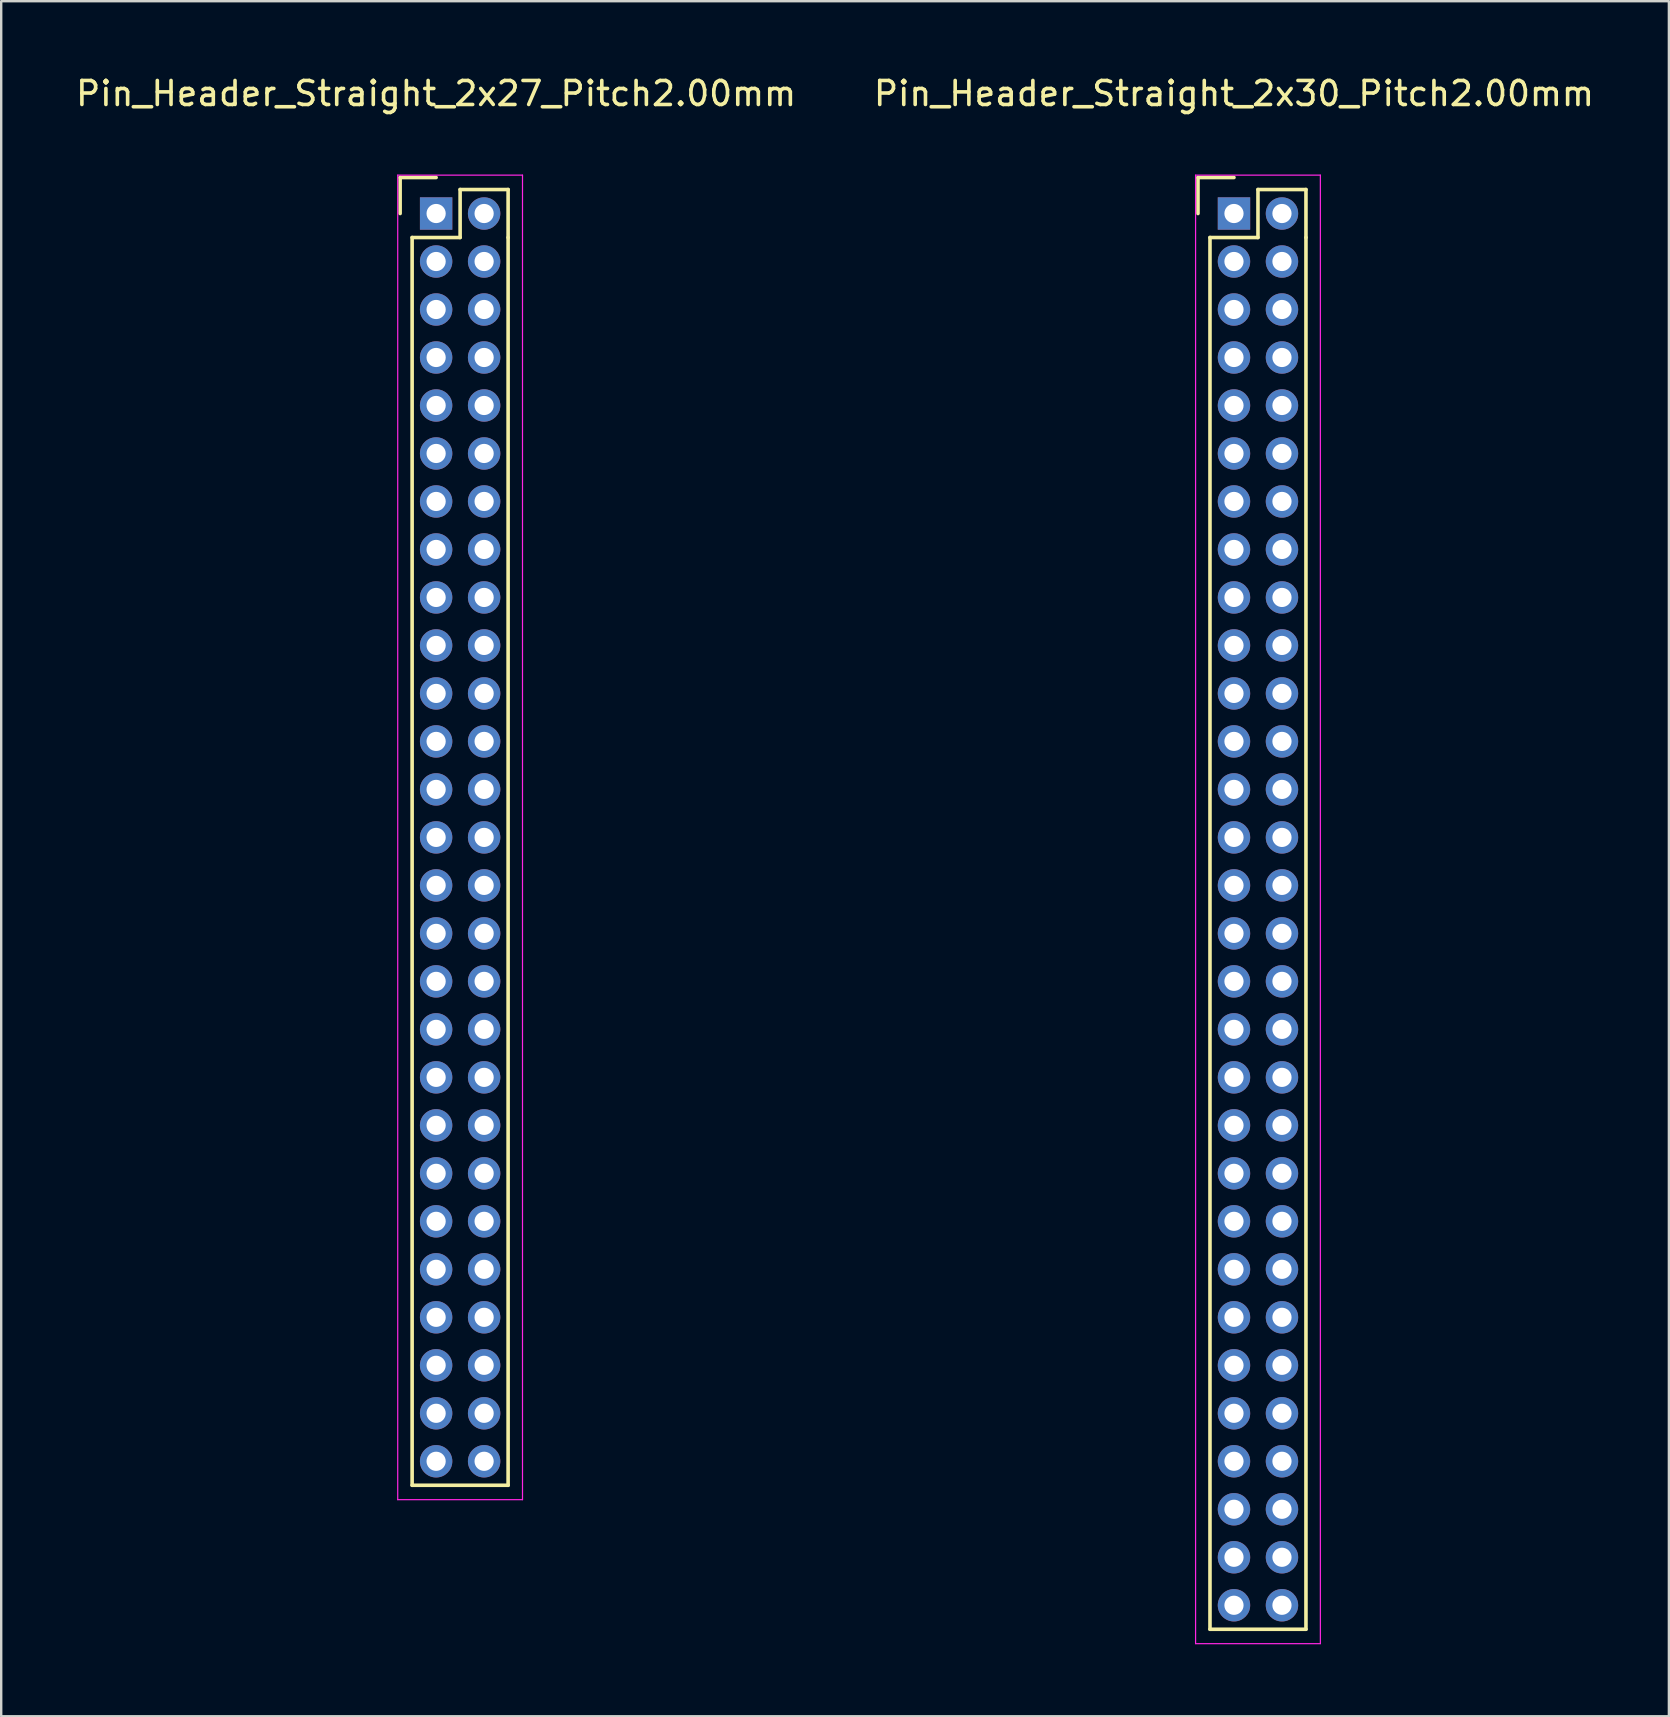
<source format=kicad_pcb>
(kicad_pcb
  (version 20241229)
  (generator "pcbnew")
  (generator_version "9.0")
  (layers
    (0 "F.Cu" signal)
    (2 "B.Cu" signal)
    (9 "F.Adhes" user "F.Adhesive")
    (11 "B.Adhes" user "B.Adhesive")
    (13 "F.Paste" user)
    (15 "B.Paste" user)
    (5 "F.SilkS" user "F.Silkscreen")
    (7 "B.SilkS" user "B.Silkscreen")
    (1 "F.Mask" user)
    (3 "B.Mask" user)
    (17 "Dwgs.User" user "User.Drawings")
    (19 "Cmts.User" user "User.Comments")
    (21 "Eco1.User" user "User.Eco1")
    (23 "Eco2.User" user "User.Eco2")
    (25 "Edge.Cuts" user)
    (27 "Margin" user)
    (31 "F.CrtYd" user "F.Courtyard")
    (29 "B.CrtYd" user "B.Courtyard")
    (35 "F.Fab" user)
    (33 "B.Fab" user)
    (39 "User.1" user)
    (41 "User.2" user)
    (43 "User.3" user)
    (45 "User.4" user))
  (footprint "Pin_Header_Straight_2x30_Pitch2.00mm"
    (layer "F.Cu")
    (at 48.375 5.848)
    (property "Reference" "Pin_Header_Straight_2x30_Pitch2.00mm" (at 0 -5 0) (layer "F.SilkS") (effects (font (size 1 1) (thickness 0.15))))
    (attr through_hole)
    (fp_line (start -1.5 -1.5) (end 0 -1.5) (stroke (width 0.15) (type solid)) (layer "F.SilkS"))
    (fp_line (start -1.5 0) (end -1.5 -1.5) (stroke (width 0.15) (type solid)) (layer "F.SilkS"))
    (fp_line (start -1 1) (end 1 1) (stroke (width 0.15) (type solid)) (layer "F.SilkS"))
    (fp_line (start -1 59) (end -1 1) (stroke (width 0.15) (type solid)) (layer "F.SilkS"))
    (fp_line (start 1 -1) (end 3 -1) (stroke (width 0.15) (type solid)) (layer "F.SilkS"))
    (fp_line (start 1 1) (end 1 -1) (stroke (width 0.15) (type solid)) (layer "F.SilkS"))
    (fp_line (start 3 -1) (end 3 1) (stroke (width 0.15) (type solid)) (layer "F.SilkS"))
    (fp_line (start 3 1) (end 3 59) (stroke (width 0.15) (type solid)) (layer "F.SilkS"))
    (fp_line (start 3 59) (end -1 59) (stroke (width 0.15) (type solid)) (layer "F.SilkS"))
    (fp_line (start -1.6 -1.6) (end 3.6 -1.6) (stroke (width 0.05) (type solid)) (layer "F.CrtYd"))
    (fp_line (start -1.6 59.6) (end -1.6 -1.6) (stroke (width 0.05) (type solid)) (layer "F.CrtYd"))
    (fp_line (start 3.6 -1.6) (end 3.6 59.6) (stroke (width 0.05) (type solid)) (layer "F.CrtYd"))
    (fp_line (start 3.6 59.6) (end -1.6 59.6) (stroke (width 0.05) (type solid)) (layer "F.CrtYd"))
    (pad "1" thru_hole rect (at 0 0) (size 1.35 1.35) (drill 0.8) (layers "*.Cu" "*.Mask"))
    (pad "2" thru_hole circle (at 2 0) (size 1.35 1.35) (drill 0.8) (layers "*.Cu" "*.Mask"))
    (pad "3" thru_hole circle (at 0 2) (size 1.35 1.35) (drill 0.8) (layers "*.Cu" "*.Mask"))
    (pad "4" thru_hole circle (at 2 2) (size 1.35 1.35) (drill 0.8) (layers "*.Cu" "*.Mask"))
    (pad "5" thru_hole circle (at 0 4) (size 1.35 1.35) (drill 0.8) (layers "*.Cu" "*.Mask"))
    (pad "6" thru_hole circle (at 2 4) (size 1.35 1.35) (drill 0.8) (layers "*.Cu" "*.Mask"))
    (pad "7" thru_hole circle (at 0 6) (size 1.35 1.35) (drill 0.8) (layers "*.Cu" "*.Mask"))
    (pad "8" thru_hole circle (at 2 6) (size 1.35 1.35) (drill 0.8) (layers "*.Cu" "*.Mask"))
    (pad "9" thru_hole circle (at 0 8) (size 1.35 1.35) (drill 0.8) (layers "*.Cu" "*.Mask"))
    (pad "10" thru_hole circle (at 2 8) (size 1.35 1.35) (drill 0.8) (layers "*.Cu" "*.Mask"))
    (pad "11" thru_hole circle (at 0 10) (size 1.35 1.35) (drill 0.8) (layers "*.Cu" "*.Mask"))
    (pad "12" thru_hole circle (at 2 10) (size 1.35 1.35) (drill 0.8) (layers "*.Cu" "*.Mask"))
    (pad "13" thru_hole circle (at 0 12) (size 1.35 1.35) (drill 0.8) (layers "*.Cu" "*.Mask"))
    (pad "14" thru_hole circle (at 2 12) (size 1.35 1.35) (drill 0.8) (layers "*.Cu" "*.Mask"))
    (pad "15" thru_hole circle (at 0 14) (size 1.35 1.35) (drill 0.8) (layers "*.Cu" "*.Mask"))
    (pad "16" thru_hole circle (at 2 14) (size 1.35 1.35) (drill 0.8) (layers "*.Cu" "*.Mask"))
    (pad "17" thru_hole circle (at 0 16) (size 1.35 1.35) (drill 0.8) (layers "*.Cu" "*.Mask"))
    (pad "18" thru_hole circle (at 2 16) (size 1.35 1.35) (drill 0.8) (layers "*.Cu" "*.Mask"))
    (pad "19" thru_hole circle (at 0 18) (size 1.35 1.35) (drill 0.8) (layers "*.Cu" "*.Mask"))
    (pad "20" thru_hole circle (at 2 18) (size 1.35 1.35) (drill 0.8) (layers "*.Cu" "*.Mask"))
    (pad "21" thru_hole circle (at 0 20) (size 1.35 1.35) (drill 0.8) (layers "*.Cu" "*.Mask"))
    (pad "22" thru_hole circle (at 2 20) (size 1.35 1.35) (drill 0.8) (layers "*.Cu" "*.Mask"))
    (pad "23" thru_hole circle (at 0 22) (size 1.35 1.35) (drill 0.8) (layers "*.Cu" "*.Mask"))
    (pad "24" thru_hole circle (at 2 22) (size 1.35 1.35) (drill 0.8) (layers "*.Cu" "*.Mask"))
    (pad "25" thru_hole circle (at 0 24) (size 1.35 1.35) (drill 0.8) (layers "*.Cu" "*.Mask"))
    (pad "26" thru_hole circle (at 2 24) (size 1.35 1.35) (drill 0.8) (layers "*.Cu" "*.Mask"))
    (pad "27" thru_hole circle (at 0 26) (size 1.35 1.35) (drill 0.8) (layers "*.Cu" "*.Mask"))
    (pad "28" thru_hole circle (at 2 26) (size 1.35 1.35) (drill 0.8) (layers "*.Cu" "*.Mask"))
    (pad "29" thru_hole circle (at 0 28) (size 1.35 1.35) (drill 0.8) (layers "*.Cu" "*.Mask"))
    (pad "30" thru_hole circle (at 2 28) (size 1.35 1.35) (drill 0.8) (layers "*.Cu" "*.Mask"))
    (pad "31" thru_hole circle (at 0 30) (size 1.35 1.35) (drill 0.8) (layers "*.Cu" "*.Mask"))
    (pad "32" thru_hole circle (at 2 30) (size 1.35 1.35) (drill 0.8) (layers "*.Cu" "*.Mask"))
    (pad "33" thru_hole circle (at 0 32) (size 1.35 1.35) (drill 0.8) (layers "*.Cu" "*.Mask"))
    (pad "34" thru_hole circle (at 2 32) (size 1.35 1.35) (drill 0.8) (layers "*.Cu" "*.Mask"))
    (pad "35" thru_hole circle (at 0 34) (size 1.35 1.35) (drill 0.8) (layers "*.Cu" "*.Mask"))
    (pad "36" thru_hole circle (at 2 34) (size 1.35 1.35) (drill 0.8) (layers "*.Cu" "*.Mask"))
    (pad "37" thru_hole circle (at 0 36) (size 1.35 1.35) (drill 0.8) (layers "*.Cu" "*.Mask"))
    (pad "38" thru_hole circle (at 2 36) (size 1.35 1.35) (drill 0.8) (layers "*.Cu" "*.Mask"))
    (pad "39" thru_hole circle (at 0 38) (size 1.35 1.35) (drill 0.8) (layers "*.Cu" "*.Mask"))
    (pad "40" thru_hole circle (at 2 38) (size 1.35 1.35) (drill 0.8) (layers "*.Cu" "*.Mask"))
    (pad "41" thru_hole circle (at 0 40) (size 1.35 1.35) (drill 0.8) (layers "*.Cu" "*.Mask"))
    (pad "42" thru_hole circle (at 2 40) (size 1.35 1.35) (drill 0.8) (layers "*.Cu" "*.Mask"))
    (pad "43" thru_hole circle (at 0 42) (size 1.35 1.35) (drill 0.8) (layers "*.Cu" "*.Mask"))
    (pad "44" thru_hole circle (at 2 42) (size 1.35 1.35) (drill 0.8) (layers "*.Cu" "*.Mask"))
    (pad "45" thru_hole circle (at 0 44) (size 1.35 1.35) (drill 0.8) (layers "*.Cu" "*.Mask"))
    (pad "46" thru_hole circle (at 2 44) (size 1.35 1.35) (drill 0.8) (layers "*.Cu" "*.Mask"))
    (pad "47" thru_hole circle (at 0 46) (size 1.35 1.35) (drill 0.8) (layers "*.Cu" "*.Mask"))
    (pad "48" thru_hole circle (at 2 46) (size 1.35 1.35) (drill 0.8) (layers "*.Cu" "*.Mask"))
    (pad "49" thru_hole circle (at 0 48) (size 1.35 1.35) (drill 0.8) (layers "*.Cu" "*.Mask"))
    (pad "50" thru_hole circle (at 2 48) (size 1.35 1.35) (drill 0.8) (layers "*.Cu" "*.Mask"))
    (pad "51" thru_hole circle (at 0 50) (size 1.35 1.35) (drill 0.8) (layers "*.Cu" "*.Mask"))
    (pad "52" thru_hole circle (at 2 50) (size 1.35 1.35) (drill 0.8) (layers "*.Cu" "*.Mask"))
    (pad "53" thru_hole circle (at 0 52) (size 1.35 1.35) (drill 0.8) (layers "*.Cu" "*.Mask"))
    (pad "54" thru_hole circle (at 2 52) (size 1.35 1.35) (drill 0.8) (layers "*.Cu" "*.Mask"))
    (pad "55" thru_hole circle (at 0 54) (size 1.35 1.35) (drill 0.8) (layers "*.Cu" "*.Mask"))
    (pad "56" thru_hole circle (at 2 54) (size 1.35 1.35) (drill 0.8) (layers "*.Cu" "*.Mask"))
    (pad "57" thru_hole circle (at 0 56) (size 1.35 1.35) (drill 0.8) (layers "*.Cu" "*.Mask"))
    (pad "58" thru_hole circle (at 2 56) (size 1.35 1.35) (drill 0.8) (layers "*.Cu" "*.Mask"))
    (pad "59" thru_hole circle (at 0 58) (size 1.35 1.35) (drill 0.8) (layers "*.Cu" "*.Mask"))
    (pad "60" thru_hole circle (at 2 58) (size 1.35 1.35) (drill 0.8) (layers "*.Cu" "*.Mask")))
  (footprint "Pin_Header_Straight_2x27_Pitch2.00mm"
    (layer "F.Cu")
    (at 15.125 5.848)
    (property "Reference" "Pin_Header_Straight_2x27_Pitch2.00mm" (at 0 -5 0) (layer "F.SilkS") (effects (font (size 1 1) (thickness 0.15))))
    (attr through_hole)
    (fp_line (start -1.5 -1.5) (end 0 -1.5) (stroke (width 0.15) (type solid)) (layer "F.SilkS"))
    (fp_line (start -1.5 0) (end -1.5 -1.5) (stroke (width 0.15) (type solid)) (layer "F.SilkS"))
    (fp_line (start -1 1) (end 1 1) (stroke (width 0.15) (type solid)) (layer "F.SilkS"))
    (fp_line (start -1 53) (end -1 1) (stroke (width 0.15) (type solid)) (layer "F.SilkS"))
    (fp_line (start 1 -1) (end 3 -1) (stroke (width 0.15) (type solid)) (layer "F.SilkS"))
    (fp_line (start 1 1) (end 1 -1) (stroke (width 0.15) (type solid)) (layer "F.SilkS"))
    (fp_line (start 3 -1) (end 3 1) (stroke (width 0.15) (type solid)) (layer "F.SilkS"))
    (fp_line (start 3 1) (end 3 53) (stroke (width 0.15) (type solid)) (layer "F.SilkS"))
    (fp_line (start 3 53) (end -1 53) (stroke (width 0.15) (type solid)) (layer "F.SilkS"))
    (fp_line (start -1.6 -1.6) (end 3.6 -1.6) (stroke (width 0.05) (type solid)) (layer "F.CrtYd"))
    (fp_line (start -1.6 53.6) (end -1.6 -1.6) (stroke (width 0.05) (type solid)) (layer "F.CrtYd"))
    (fp_line (start 3.6 -1.6) (end 3.6 53.6) (stroke (width 0.05) (type solid)) (layer "F.CrtYd"))
    (fp_line (start 3.6 53.6) (end -1.6 53.6) (stroke (width 0.05) (type solid)) (layer "F.CrtYd"))
    (pad "1" thru_hole rect (at 0 0) (size 1.35 1.35) (drill 0.8) (layers "*.Cu" "*.Mask"))
    (pad "2" thru_hole circle (at 2 0) (size 1.35 1.35) (drill 0.8) (layers "*.Cu" "*.Mask"))
    (pad "3" thru_hole circle (at 0 2) (size 1.35 1.35) (drill 0.8) (layers "*.Cu" "*.Mask"))
    (pad "4" thru_hole circle (at 2 2) (size 1.35 1.35) (drill 0.8) (layers "*.Cu" "*.Mask"))
    (pad "5" thru_hole circle (at 0 4) (size 1.35 1.35) (drill 0.8) (layers "*.Cu" "*.Mask"))
    (pad "6" thru_hole circle (at 2 4) (size 1.35 1.35) (drill 0.8) (layers "*.Cu" "*.Mask"))
    (pad "7" thru_hole circle (at 0 6) (size 1.35 1.35) (drill 0.8) (layers "*.Cu" "*.Mask"))
    (pad "8" thru_hole circle (at 2 6) (size 1.35 1.35) (drill 0.8) (layers "*.Cu" "*.Mask"))
    (pad "9" thru_hole circle (at 0 8) (size 1.35 1.35) (drill 0.8) (layers "*.Cu" "*.Mask"))
    (pad "10" thru_hole circle (at 2 8) (size 1.35 1.35) (drill 0.8) (layers "*.Cu" "*.Mask"))
    (pad "11" thru_hole circle (at 0 10) (size 1.35 1.35) (drill 0.8) (layers "*.Cu" "*.Mask"))
    (pad "12" thru_hole circle (at 2 10) (size 1.35 1.35) (drill 0.8) (layers "*.Cu" "*.Mask"))
    (pad "13" thru_hole circle (at 0 12) (size 1.35 1.35) (drill 0.8) (layers "*.Cu" "*.Mask"))
    (pad "14" thru_hole circle (at 2 12) (size 1.35 1.35) (drill 0.8) (layers "*.Cu" "*.Mask"))
    (pad "15" thru_hole circle (at 0 14) (size 1.35 1.35) (drill 0.8) (layers "*.Cu" "*.Mask"))
    (pad "16" thru_hole circle (at 2 14) (size 1.35 1.35) (drill 0.8) (layers "*.Cu" "*.Mask"))
    (pad "17" thru_hole circle (at 0 16) (size 1.35 1.35) (drill 0.8) (layers "*.Cu" "*.Mask"))
    (pad "18" thru_hole circle (at 2 16) (size 1.35 1.35) (drill 0.8) (layers "*.Cu" "*.Mask"))
    (pad "19" thru_hole circle (at 0 18) (size 1.35 1.35) (drill 0.8) (layers "*.Cu" "*.Mask"))
    (pad "20" thru_hole circle (at 2 18) (size 1.35 1.35) (drill 0.8) (layers "*.Cu" "*.Mask"))
    (pad "21" thru_hole circle (at 0 20) (size 1.35 1.35) (drill 0.8) (layers "*.Cu" "*.Mask"))
    (pad "22" thru_hole circle (at 2 20) (size 1.35 1.35) (drill 0.8) (layers "*.Cu" "*.Mask"))
    (pad "23" thru_hole circle (at 0 22) (size 1.35 1.35) (drill 0.8) (layers "*.Cu" "*.Mask"))
    (pad "24" thru_hole circle (at 2 22) (size 1.35 1.35) (drill 0.8) (layers "*.Cu" "*.Mask"))
    (pad "25" thru_hole circle (at 0 24) (size 1.35 1.35) (drill 0.8) (layers "*.Cu" "*.Mask"))
    (pad "26" thru_hole circle (at 2 24) (size 1.35 1.35) (drill 0.8) (layers "*.Cu" "*.Mask"))
    (pad "27" thru_hole circle (at 0 26) (size 1.35 1.35) (drill 0.8) (layers "*.Cu" "*.Mask"))
    (pad "28" thru_hole circle (at 2 26) (size 1.35 1.35) (drill 0.8) (layers "*.Cu" "*.Mask"))
    (pad "29" thru_hole circle (at 0 28) (size 1.35 1.35) (drill 0.8) (layers "*.Cu" "*.Mask"))
    (pad "30" thru_hole circle (at 2 28) (size 1.35 1.35) (drill 0.8) (layers "*.Cu" "*.Mask"))
    (pad "31" thru_hole circle (at 0 30) (size 1.35 1.35) (drill 0.8) (layers "*.Cu" "*.Mask"))
    (pad "32" thru_hole circle (at 2 30) (size 1.35 1.35) (drill 0.8) (layers "*.Cu" "*.Mask"))
    (pad "33" thru_hole circle (at 0 32) (size 1.35 1.35) (drill 0.8) (layers "*.Cu" "*.Mask"))
    (pad "34" thru_hole circle (at 2 32) (size 1.35 1.35) (drill 0.8) (layers "*.Cu" "*.Mask"))
    (pad "35" thru_hole circle (at 0 34) (size 1.35 1.35) (drill 0.8) (layers "*.Cu" "*.Mask"))
    (pad "36" thru_hole circle (at 2 34) (size 1.35 1.35) (drill 0.8) (layers "*.Cu" "*.Mask"))
    (pad "37" thru_hole circle (at 0 36) (size 1.35 1.35) (drill 0.8) (layers "*.Cu" "*.Mask"))
    (pad "38" thru_hole circle (at 2 36) (size 1.35 1.35) (drill 0.8) (layers "*.Cu" "*.Mask"))
    (pad "39" thru_hole circle (at 0 38) (size 1.35 1.35) (drill 0.8) (layers "*.Cu" "*.Mask"))
    (pad "40" thru_hole circle (at 2 38) (size 1.35 1.35) (drill 0.8) (layers "*.Cu" "*.Mask"))
    (pad "41" thru_hole circle (at 0 40) (size 1.35 1.35) (drill 0.8) (layers "*.Cu" "*.Mask"))
    (pad "42" thru_hole circle (at 2 40) (size 1.35 1.35) (drill 0.8) (layers "*.Cu" "*.Mask"))
    (pad "43" thru_hole circle (at 0 42) (size 1.35 1.35) (drill 0.8) (layers "*.Cu" "*.Mask"))
    (pad "44" thru_hole circle (at 2 42) (size 1.35 1.35) (drill 0.8) (layers "*.Cu" "*.Mask"))
    (pad "45" thru_hole circle (at 0 44) (size 1.35 1.35) (drill 0.8) (layers "*.Cu" "*.Mask"))
    (pad "46" thru_hole circle (at 2 44) (size 1.35 1.35) (drill 0.8) (layers "*.Cu" "*.Mask"))
    (pad "47" thru_hole circle (at 0 46) (size 1.35 1.35) (drill 0.8) (layers "*.Cu" "*.Mask"))
    (pad "48" thru_hole circle (at 2 46) (size 1.35 1.35) (drill 0.8) (layers "*.Cu" "*.Mask"))
    (pad "49" thru_hole circle (at 0 48) (size 1.35 1.35) (drill 0.8) (layers "*.Cu" "*.Mask"))
    (pad "50" thru_hole circle (at 2 48) (size 1.35 1.35) (drill 0.8) (layers "*.Cu" "*.Mask"))
    (pad "51" thru_hole circle (at 0 50) (size 1.35 1.35) (drill 0.8) (layers "*.Cu" "*.Mask"))
    (pad "52" thru_hole circle (at 2 50) (size 1.35 1.35) (drill 0.8) (layers "*.Cu" "*.Mask"))
    (pad "53" thru_hole circle (at 0 52) (size 1.35 1.35) (drill 0.8) (layers "*.Cu" "*.Mask"))
    (pad "54" thru_hole circle (at 2 52) (size 1.35 1.35) (drill 0.8) (layers "*.Cu" "*.Mask")))
  (gr_rect
    (start -3 -3)
    (end 66.5 68.473)
    (stroke (width 0.1) (type default))
    (fill no)
    (layer "Edge.Cuts")))
</source>
